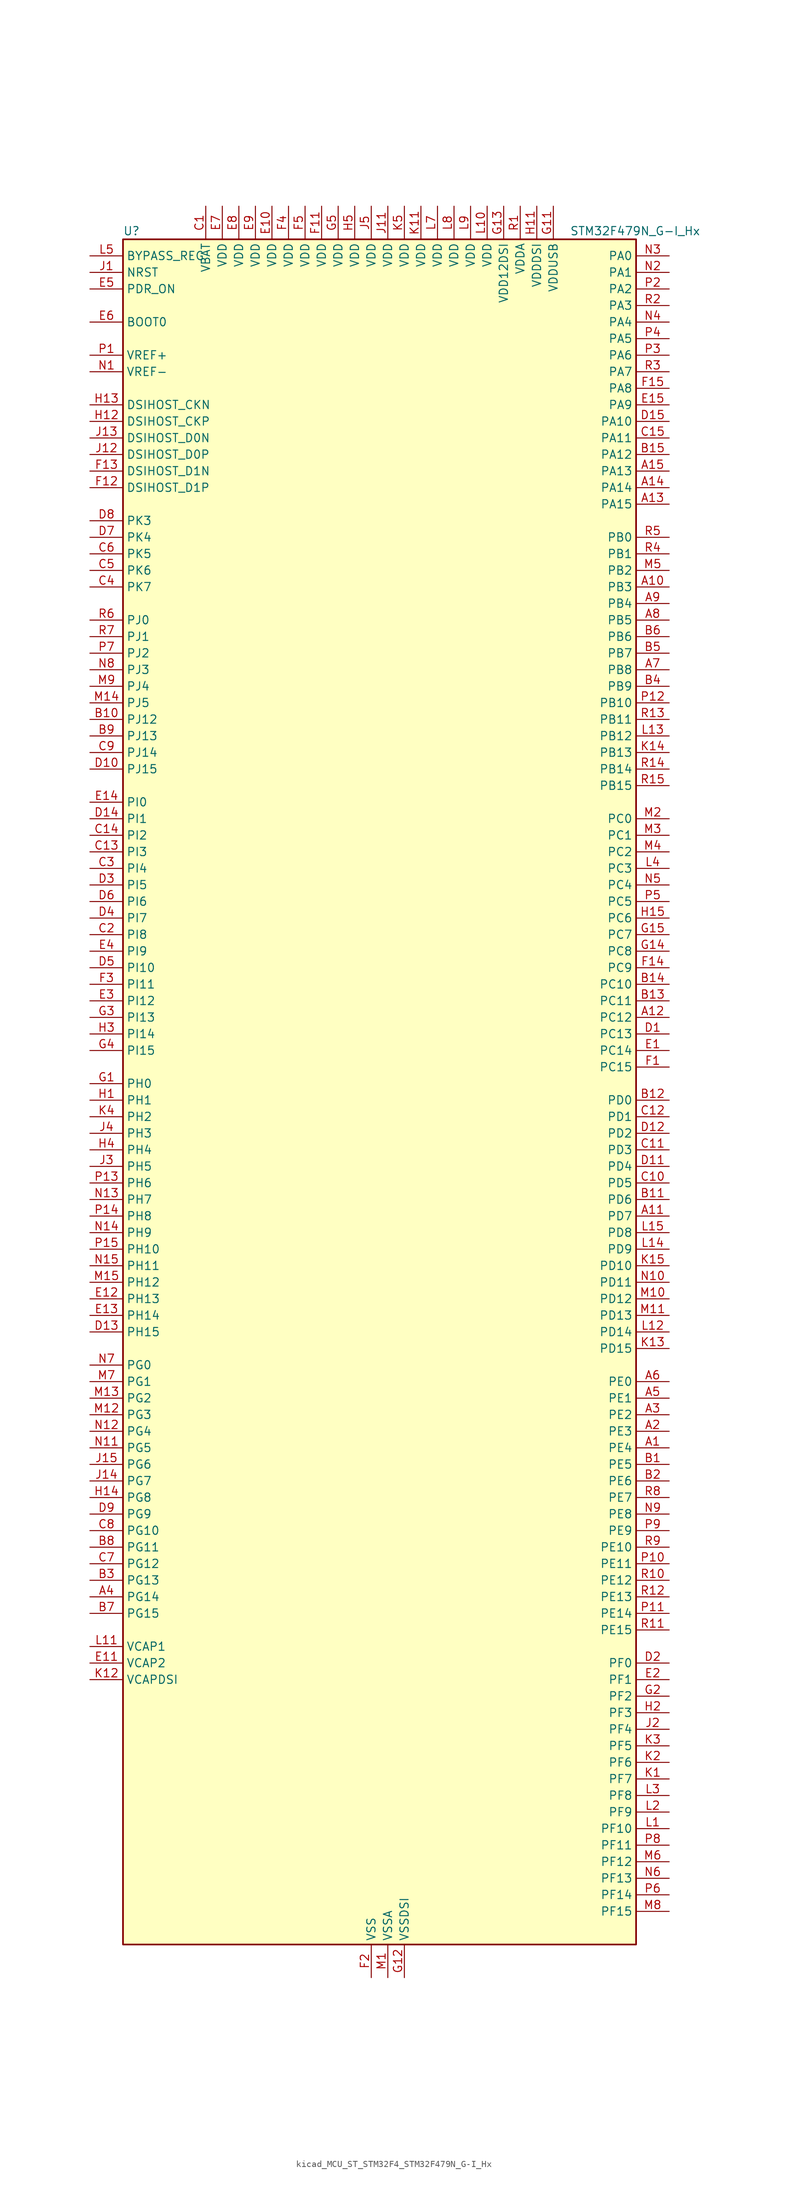
<source format=kicad_sym>
(kicad_symbol_lib
  (version 20220914)
  (generator kicad_symbol_editor)
  (symbol "kicad_MCU_ST_STM32F4_STM32F479N_G-I_Hx"
    (property "Reference" "U"
      (at -38.1 133.35 0)
      (effects (font (size 1.27 1.27)) (justify left)))
    (property "Value" "STM32F479N_G-I_Hx"
      (at 30.48 133.35 0)
      (effects (font (size 1.27 1.27)) (justify left)))
    (property "ki_locked" ""
      (at 0 0 0)
      (effects (font (size 1.27 1.27))))
    (symbol "kicad_MCU_ST_STM32F4_STM32F479N_G-I_Hx_0_1"
      (rectangle (start -38.1 -129.54) (end 40.64 132.08) (stroke (width 0.254) (type default)) (fill (type background))))
    (symbol "kicad_MCU_ST_STM32F4_STM32F479N_G-I_Hx_1_1"
      (pin bidirectional line (at 45.72 -53.34 180) (length 5.08) (name "PE4" (effects (font (size 1.27 1.27)))) (number "A1" (effects (font (size 1.27 1.27)))) (alternate "DCMI_D4" bidirectional line) (alternate "FMC_A20" bidirectional line) (alternate "LTDC_B0" bidirectional line) (alternate "SAI1_FS_A" bidirectional line) (alternate "SPI4_NSS" bidirectional line) (alternate "SYS_TRACED1" bidirectional line))
      (pin bidirectional line (at 45.72 78.74 180) (length 5.08) (name "PB3" (effects (font (size 1.27 1.27)))) (number "A10" (effects (font (size 1.27 1.27)))) (alternate "I2S3_CK" bidirectional line) (alternate "SPI1_SCK" bidirectional line) (alternate "SPI3_SCK" bidirectional line) (alternate "SYS_JTDO-SWO" bidirectional line) (alternate "TIM2_CH2" bidirectional line))
      (pin bidirectional line (at 45.72 -17.78 180) (length 5.08) (name "PD7" (effects (font (size 1.27 1.27)))) (number "A11" (effects (font (size 1.27 1.27)))) (alternate "FMC_NE1" bidirectional line) (alternate "USART2_CK" bidirectional line))
      (pin bidirectional line (at 45.72 12.7 180) (length 5.08) (name "PC12" (effects (font (size 1.27 1.27)))) (number "A12" (effects (font (size 1.27 1.27)))) (alternate "DCMI_D9" bidirectional line) (alternate "I2S3_SD" bidirectional line) (alternate "SDIO_CK" bidirectional line) (alternate "SPI3_MOSI" bidirectional line) (alternate "SYS_TRACED3" bidirectional line) (alternate "UART5_TX" bidirectional line) (alternate "USART3_CK" bidirectional line))
      (pin bidirectional line (at 45.72 91.44 180) (length 5.08) (name "PA15" (effects (font (size 1.27 1.27)))) (number "A13" (effects (font (size 1.27 1.27)))) (alternate "ADC1_EXTI15" bidirectional line) (alternate "ADC2_EXTI15" bidirectional line) (alternate "ADC3_EXTI15" bidirectional line) (alternate "I2S3_WS" bidirectional line) (alternate "SPI1_NSS" bidirectional line) (alternate "SPI3_NSS" bidirectional line) (alternate "SYS_JTDI" bidirectional line) (alternate "TIM2_CH1" bidirectional line) (alternate "TIM2_ETR" bidirectional line))
      (pin bidirectional line (at 45.72 93.98 180) (length 5.08) (name "PA14" (effects (font (size 1.27 1.27)))) (number "A14" (effects (font (size 1.27 1.27)))) (alternate "SYS_JTCK-SWCLK" bidirectional line))
      (pin bidirectional line (at 45.72 96.52 180) (length 5.08) (name "PA13" (effects (font (size 1.27 1.27)))) (number "A15" (effects (font (size 1.27 1.27)))) (alternate "SYS_JTMS-SWDIO" bidirectional line))
      (pin bidirectional line (at 45.72 -50.8 180) (length 5.08) (name "PE3" (effects (font (size 1.27 1.27)))) (number "A2" (effects (font (size 1.27 1.27)))) (alternate "FMC_A19" bidirectional line) (alternate "SAI1_SD_B" bidirectional line) (alternate "SYS_TRACED0" bidirectional line))
      (pin bidirectional line (at 45.72 -48.26 180) (length 5.08) (name "PE2" (effects (font (size 1.27 1.27)))) (number "A3" (effects (font (size 1.27 1.27)))) (alternate "ETH_TXD3" bidirectional line) (alternate "FMC_A23" bidirectional line) (alternate "QUADSPI_BK1_IO2" bidirectional line) (alternate "SAI1_MCLK_A" bidirectional line) (alternate "SPI4_SCK" bidirectional line) (alternate "SYS_TRACECLK" bidirectional line))
      (pin bidirectional line (at -43.18 -76.2 0) (length 5.08) (name "PG14" (effects (font (size 1.27 1.27)))) (number "A4" (effects (font (size 1.27 1.27)))) (alternate "ETH_TXD1" bidirectional line) (alternate "FMC_A25" bidirectional line) (alternate "LTDC_B0" bidirectional line) (alternate "QUADSPI_BK2_IO3" bidirectional line) (alternate "SPI6_MOSI" bidirectional line) (alternate "SYS_TRACED1" bidirectional line) (alternate "USART6_TX" bidirectional line))
      (pin bidirectional line (at 45.72 -45.72 180) (length 5.08) (name "PE1" (effects (font (size 1.27 1.27)))) (number "A5" (effects (font (size 1.27 1.27)))) (alternate "DCMI_D3" bidirectional line) (alternate "FMC_NBL1" bidirectional line) (alternate "UART8_TX" bidirectional line))
      (pin bidirectional line (at 45.72 -43.18 180) (length 5.08) (name "PE0" (effects (font (size 1.27 1.27)))) (number "A6" (effects (font (size 1.27 1.27)))) (alternate "DCMI_D2" bidirectional line) (alternate "FMC_NBL0" bidirectional line) (alternate "TIM4_ETR" bidirectional line) (alternate "UART8_RX" bidirectional line))
      (pin bidirectional line (at 45.72 66.04 180) (length 5.08) (name "PB8" (effects (font (size 1.27 1.27)))) (number "A7" (effects (font (size 1.27 1.27)))) (alternate "CAN1_RX" bidirectional line) (alternate "DCMI_D6" bidirectional line) (alternate "ETH_TXD3" bidirectional line) (alternate "I2C1_SCL" bidirectional line) (alternate "LTDC_B6" bidirectional line) (alternate "SDIO_D4" bidirectional line) (alternate "TIM10_CH1" bidirectional line) (alternate "TIM4_CH3" bidirectional line))
      (pin bidirectional line (at 45.72 73.66 180) (length 5.08) (name "PB5" (effects (font (size 1.27 1.27)))) (number "A8" (effects (font (size 1.27 1.27)))) (alternate "CAN2_RX" bidirectional line) (alternate "DCMI_D10" bidirectional line) (alternate "ETH_PPS_OUT" bidirectional line) (alternate "FMC_SDCKE1" bidirectional line) (alternate "I2C1_SMBA" bidirectional line) (alternate "I2S3_SD" bidirectional line) (alternate "LTDC_G7" bidirectional line) (alternate "SPI1_MOSI" bidirectional line) (alternate "SPI3_MOSI" bidirectional line) (alternate "TIM3_CH2" bidirectional line) (alternate "USB_OTG_HS_ULPI_D7" bidirectional line))
      (pin bidirectional line (at 45.72 76.2 180) (length 5.08) (name "PB4" (effects (font (size 1.27 1.27)))) (number "A9" (effects (font (size 1.27 1.27)))) (alternate "I2S3_ext_SD" bidirectional line) (alternate "SPI1_MISO" bidirectional line) (alternate "SPI3_MISO" bidirectional line) (alternate "SYS_JTRST" bidirectional line) (alternate "TIM3_CH1" bidirectional line))
      (pin bidirectional line (at 45.72 -55.88 180) (length 5.08) (name "PE5" (effects (font (size 1.27 1.27)))) (number "B1" (effects (font (size 1.27 1.27)))) (alternate "DCMI_D6" bidirectional line) (alternate "FMC_A21" bidirectional line) (alternate "LTDC_G0" bidirectional line) (alternate "SAI1_SCK_A" bidirectional line) (alternate "SPI4_MISO" bidirectional line) (alternate "SYS_TRACED2" bidirectional line) (alternate "TIM9_CH1" bidirectional line))
      (pin bidirectional line (at -43.18 58.42 0) (length 5.08) (name "PJ12" (effects (font (size 1.27 1.27)))) (number "B10" (effects (font (size 1.27 1.27)))) (alternate "LTDC_B0" bidirectional line) (alternate "LTDC_G3" bidirectional line))
      (pin bidirectional line (at 45.72 -15.24 180) (length 5.08) (name "PD6" (effects (font (size 1.27 1.27)))) (number "B11" (effects (font (size 1.27 1.27)))) (alternate "DCMI_D10" bidirectional line) (alternate "FMC_NWAIT" bidirectional line) (alternate "I2S3_SD" bidirectional line) (alternate "LTDC_B2" bidirectional line) (alternate "SAI1_SD_A" bidirectional line) (alternate "SPI3_MOSI" bidirectional line) (alternate "USART2_RX" bidirectional line))
      (pin bidirectional line (at 45.72 0 180) (length 5.08) (name "PD0" (effects (font (size 1.27 1.27)))) (number "B12" (effects (font (size 1.27 1.27)))) (alternate "CAN1_RX" bidirectional line) (alternate "FMC_D2" bidirectional line) (alternate "FMC_DA2" bidirectional line))
      (pin bidirectional line (at 45.72 15.24 180) (length 5.08) (name "PC11" (effects (font (size 1.27 1.27)))) (number "B13" (effects (font (size 1.27 1.27)))) (alternate "ADC1_EXTI11" bidirectional line) (alternate "ADC2_EXTI11" bidirectional line) (alternate "ADC3_EXTI11" bidirectional line) (alternate "DCMI_D4" bidirectional line) (alternate "I2S3_ext_SD" bidirectional line) (alternate "QUADSPI_BK2_NCS" bidirectional line) (alternate "SDIO_D3" bidirectional line) (alternate "SPI3_MISO" bidirectional line) (alternate "UART4_RX" bidirectional line) (alternate "USART3_RX" bidirectional line))
      (pin bidirectional line (at 45.72 17.78 180) (length 5.08) (name "PC10" (effects (font (size 1.27 1.27)))) (number "B14" (effects (font (size 1.27 1.27)))) (alternate "DCMI_D8" bidirectional line) (alternate "I2S3_CK" bidirectional line) (alternate "LTDC_R2" bidirectional line) (alternate "QUADSPI_BK1_IO1" bidirectional line) (alternate "SDIO_D2" bidirectional line) (alternate "SPI3_SCK" bidirectional line) (alternate "UART4_TX" bidirectional line) (alternate "USART3_TX" bidirectional line))
      (pin bidirectional line (at 45.72 99.06 180) (length 5.08) (name "PA12" (effects (font (size 1.27 1.27)))) (number "B15" (effects (font (size 1.27 1.27)))) (alternate "CAN1_TX" bidirectional line) (alternate "LTDC_R5" bidirectional line) (alternate "TIM1_ETR" bidirectional line) (alternate "USART1_RTS" bidirectional line) (alternate "USB_OTG_FS_DP" bidirectional line))
      (pin bidirectional line (at 45.72 -58.42 180) (length 5.08) (name "PE6" (effects (font (size 1.27 1.27)))) (number "B2" (effects (font (size 1.27 1.27)))) (alternate "DCMI_D7" bidirectional line) (alternate "FMC_A22" bidirectional line) (alternate "LTDC_G1" bidirectional line) (alternate "SAI1_SD_A" bidirectional line) (alternate "SPI4_MOSI" bidirectional line) (alternate "SYS_TRACED3" bidirectional line) (alternate "TIM9_CH2" bidirectional line))
      (pin bidirectional line (at -43.18 -73.66 0) (length 5.08) (name "PG13" (effects (font (size 1.27 1.27)))) (number "B3" (effects (font (size 1.27 1.27)))) (alternate "ETH_TXD0" bidirectional line) (alternate "FMC_A24" bidirectional line) (alternate "LTDC_R0" bidirectional line) (alternate "SPI6_SCK" bidirectional line) (alternate "SYS_TRACED0" bidirectional line) (alternate "USART6_CTS" bidirectional line))
      (pin bidirectional line (at 45.72 63.5 180) (length 5.08) (name "PB9" (effects (font (size 1.27 1.27)))) (number "B4" (effects (font (size 1.27 1.27)))) (alternate "CAN1_TX" bidirectional line) (alternate "DAC_EXTI9" bidirectional line) (alternate "DCMI_D7" bidirectional line) (alternate "I2C1_SDA" bidirectional line) (alternate "I2S2_WS" bidirectional line) (alternate "LTDC_B7" bidirectional line) (alternate "SDIO_D5" bidirectional line) (alternate "SPI2_NSS" bidirectional line) (alternate "TIM11_CH1" bidirectional line) (alternate "TIM4_CH4" bidirectional line))
      (pin bidirectional line (at 45.72 68.58 180) (length 5.08) (name "PB7" (effects (font (size 1.27 1.27)))) (number "B5" (effects (font (size 1.27 1.27)))) (alternate "DCMI_VSYNC" bidirectional line) (alternate "FMC_NL" bidirectional line) (alternate "I2C1_SDA" bidirectional line) (alternate "TIM4_CH2" bidirectional line) (alternate "USART1_RX" bidirectional line))
      (pin bidirectional line (at 45.72 71.12 180) (length 5.08) (name "PB6" (effects (font (size 1.27 1.27)))) (number "B6" (effects (font (size 1.27 1.27)))) (alternate "CAN2_TX" bidirectional line) (alternate "DCMI_D5" bidirectional line) (alternate "FMC_SDNE1" bidirectional line) (alternate "I2C1_SCL" bidirectional line) (alternate "QUADSPI_BK1_NCS" bidirectional line) (alternate "TIM4_CH1" bidirectional line) (alternate "USART1_TX" bidirectional line))
      (pin bidirectional line (at -43.18 -78.74 0) (length 5.08) (name "PG15" (effects (font (size 1.27 1.27)))) (number "B7" (effects (font (size 1.27 1.27)))) (alternate "ADC1_EXTI15" bidirectional line) (alternate "ADC2_EXTI15" bidirectional line) (alternate "ADC3_EXTI15" bidirectional line) (alternate "DCMI_D13" bidirectional line) (alternate "FMC_SDNCAS" bidirectional line) (alternate "USART6_CTS" bidirectional line))
      (pin bidirectional line (at -43.18 -68.58 0) (length 5.08) (name "PG11" (effects (font (size 1.27 1.27)))) (number "B8" (effects (font (size 1.27 1.27)))) (alternate "ADC1_EXTI11" bidirectional line) (alternate "ADC2_EXTI11" bidirectional line) (alternate "ADC3_EXTI11" bidirectional line) (alternate "DCMI_D3" bidirectional line) (alternate "ETH_TX_EN" bidirectional line) (alternate "LTDC_B3" bidirectional line))
      (pin bidirectional line (at -43.18 55.88 0) (length 5.08) (name "PJ13" (effects (font (size 1.27 1.27)))) (number "B9" (effects (font (size 1.27 1.27)))) (alternate "LTDC_B1" bidirectional line) (alternate "LTDC_G4" bidirectional line))
      (pin power_in line (at -25.4 137.16 270) (length 5.08) (name "VBAT" (effects (font (size 1.27 1.27)))) (number "C1" (effects (font (size 1.27 1.27)))))
      (pin bidirectional line (at 45.72 -12.7 180) (length 5.08) (name "PD5" (effects (font (size 1.27 1.27)))) (number "C10" (effects (font (size 1.27 1.27)))) (alternate "FMC_NWE" bidirectional line) (alternate "USART2_TX" bidirectional line))
      (pin bidirectional line (at 45.72 -7.62 180) (length 5.08) (name "PD3" (effects (font (size 1.27 1.27)))) (number "C11" (effects (font (size 1.27 1.27)))) (alternate "DCMI_D5" bidirectional line) (alternate "FMC_CLK" bidirectional line) (alternate "I2S2_CK" bidirectional line) (alternate "LTDC_G7" bidirectional line) (alternate "SPI2_SCK" bidirectional line) (alternate "USART2_CTS" bidirectional line))
      (pin bidirectional line (at 45.72 -2.54 180) (length 5.08) (name "PD1" (effects (font (size 1.27 1.27)))) (number "C12" (effects (font (size 1.27 1.27)))) (alternate "CAN1_TX" bidirectional line) (alternate "FMC_D3" bidirectional line) (alternate "FMC_DA3" bidirectional line))
      (pin bidirectional line (at -43.18 38.1 0) (length 5.08) (name "PI3" (effects (font (size 1.27 1.27)))) (number "C13" (effects (font (size 1.27 1.27)))) (alternate "DCMI_D10" bidirectional line) (alternate "FMC_D27" bidirectional line) (alternate "I2S2_SD" bidirectional line) (alternate "SPI2_MOSI" bidirectional line) (alternate "TIM8_ETR" bidirectional line))
      (pin bidirectional line (at -43.18 40.64 0) (length 5.08) (name "PI2" (effects (font (size 1.27 1.27)))) (number "C14" (effects (font (size 1.27 1.27)))) (alternate "DCMI_D9" bidirectional line) (alternate "FMC_D26" bidirectional line) (alternate "I2S2_ext_SD" bidirectional line) (alternate "LTDC_G7" bidirectional line) (alternate "SPI2_MISO" bidirectional line) (alternate "TIM8_CH4" bidirectional line))
      (pin bidirectional line (at 45.72 101.6 180) (length 5.08) (name "PA11" (effects (font (size 1.27 1.27)))) (number "C15" (effects (font (size 1.27 1.27)))) (alternate "ADC1_EXTI11" bidirectional line) (alternate "ADC2_EXTI11" bidirectional line) (alternate "ADC3_EXTI11" bidirectional line) (alternate "CAN1_RX" bidirectional line) (alternate "LTDC_R4" bidirectional line) (alternate "TIM1_CH4" bidirectional line) (alternate "USART1_CTS" bidirectional line) (alternate "USB_OTG_FS_DM" bidirectional line))
      (pin bidirectional line (at -43.18 25.4 0) (length 5.08) (name "PI8" (effects (font (size 1.27 1.27)))) (number "C2" (effects (font (size 1.27 1.27)))) (alternate "RTC_AF1" bidirectional line) (alternate "RTC_AF2" bidirectional line))
      (pin bidirectional line (at -43.18 35.56 0) (length 5.08) (name "PI4" (effects (font (size 1.27 1.27)))) (number "C3" (effects (font (size 1.27 1.27)))) (alternate "DCMI_D5" bidirectional line) (alternate "FMC_NBL2" bidirectional line) (alternate "LTDC_B4" bidirectional line) (alternate "TIM8_BKIN" bidirectional line))
      (pin bidirectional line (at -43.18 78.74 0) (length 5.08) (name "PK7" (effects (font (size 1.27 1.27)))) (number "C4" (effects (font (size 1.27 1.27)))) (alternate "LTDC_DE" bidirectional line))
      (pin bidirectional line (at -43.18 81.28 0) (length 5.08) (name "PK6" (effects (font (size 1.27 1.27)))) (number "C5" (effects (font (size 1.27 1.27)))) (alternate "LTDC_B7" bidirectional line))
      (pin bidirectional line (at -43.18 83.82 0) (length 5.08) (name "PK5" (effects (font (size 1.27 1.27)))) (number "C6" (effects (font (size 1.27 1.27)))) (alternate "LTDC_B6" bidirectional line))
      (pin bidirectional line (at -43.18 -71.12 0) (length 5.08) (name "PG12" (effects (font (size 1.27 1.27)))) (number "C7" (effects (font (size 1.27 1.27)))) (alternate "FMC_NE4" bidirectional line) (alternate "LTDC_B1" bidirectional line) (alternate "LTDC_B4" bidirectional line) (alternate "SPI6_MISO" bidirectional line) (alternate "USART6_RTS" bidirectional line))
      (pin bidirectional line (at -43.18 -66.04 0) (length 5.08) (name "PG10" (effects (font (size 1.27 1.27)))) (number "C8" (effects (font (size 1.27 1.27)))) (alternate "DCMI_D2" bidirectional line) (alternate "FMC_NE3" bidirectional line) (alternate "LTDC_B2" bidirectional line) (alternate "LTDC_G3" bidirectional line))
      (pin bidirectional line (at -43.18 53.34 0) (length 5.08) (name "PJ14" (effects (font (size 1.27 1.27)))) (number "C9" (effects (font (size 1.27 1.27)))) (alternate "LTDC_B2" bidirectional line))
      (pin bidirectional line (at 45.72 10.16 180) (length 5.08) (name "PC13" (effects (font (size 1.27 1.27)))) (number "D1" (effects (font (size 1.27 1.27)))) (alternate "RTC_AF1" bidirectional line))
      (pin bidirectional line (at -43.18 50.8 0) (length 5.08) (name "PJ15" (effects (font (size 1.27 1.27)))) (number "D10" (effects (font (size 1.27 1.27)))) (alternate "ADC1_EXTI15" bidirectional line) (alternate "ADC2_EXTI15" bidirectional line) (alternate "ADC3_EXTI15" bidirectional line) (alternate "LTDC_B3" bidirectional line))
      (pin bidirectional line (at 45.72 -10.16 180) (length 5.08) (name "PD4" (effects (font (size 1.27 1.27)))) (number "D11" (effects (font (size 1.27 1.27)))) (alternate "FMC_NOE" bidirectional line) (alternate "USART2_RTS" bidirectional line))
      (pin bidirectional line (at 45.72 -5.08 180) (length 5.08) (name "PD2" (effects (font (size 1.27 1.27)))) (number "D12" (effects (font (size 1.27 1.27)))) (alternate "DCMI_D11" bidirectional line) (alternate "SDIO_CMD" bidirectional line) (alternate "SYS_TRACED2" bidirectional line) (alternate "TIM3_ETR" bidirectional line) (alternate "UART5_RX" bidirectional line))
      (pin bidirectional line (at -43.18 -35.56 0) (length 5.08) (name "PH15" (effects (font (size 1.27 1.27)))) (number "D13" (effects (font (size 1.27 1.27)))) (alternate "ADC1_EXTI15" bidirectional line) (alternate "ADC2_EXTI15" bidirectional line) (alternate "ADC3_EXTI15" bidirectional line) (alternate "DCMI_D11" bidirectional line) (alternate "FMC_D23" bidirectional line) (alternate "LTDC_G4" bidirectional line) (alternate "TIM8_CH3N" bidirectional line))
      (pin bidirectional line (at -43.18 43.18 0) (length 5.08) (name "PI1" (effects (font (size 1.27 1.27)))) (number "D14" (effects (font (size 1.27 1.27)))) (alternate "DCMI_D8" bidirectional line) (alternate "FMC_D25" bidirectional line) (alternate "I2S2_CK" bidirectional line) (alternate "LTDC_G6" bidirectional line) (alternate "SPI2_SCK" bidirectional line))
      (pin bidirectional line (at 45.72 104.14 180) (length 5.08) (name "PA10" (effects (font (size 1.27 1.27)))) (number "D15" (effects (font (size 1.27 1.27)))) (alternate "DCMI_D1" bidirectional line) (alternate "TIM1_CH3" bidirectional line) (alternate "USART1_RX" bidirectional line) (alternate "USB_OTG_FS_ID" bidirectional line))
      (pin bidirectional line (at 45.72 -86.36 180) (length 5.08) (name "PF0" (effects (font (size 1.27 1.27)))) (number "D2" (effects (font (size 1.27 1.27)))) (alternate "FMC_A0" bidirectional line) (alternate "I2C2_SDA" bidirectional line))
      (pin bidirectional line (at -43.18 33.02 0) (length 5.08) (name "PI5" (effects (font (size 1.27 1.27)))) (number "D3" (effects (font (size 1.27 1.27)))) (alternate "DCMI_VSYNC" bidirectional line) (alternate "FMC_NBL3" bidirectional line) (alternate "LTDC_B5" bidirectional line) (alternate "TIM8_CH1" bidirectional line))
      (pin bidirectional line (at -43.18 27.94 0) (length 5.08) (name "PI7" (effects (font (size 1.27 1.27)))) (number "D4" (effects (font (size 1.27 1.27)))) (alternate "DCMI_D7" bidirectional line) (alternate "FMC_D29" bidirectional line) (alternate "LTDC_B7" bidirectional line) (alternate "TIM8_CH3" bidirectional line))
      (pin bidirectional line (at -43.18 20.32 0) (length 5.08) (name "PI10" (effects (font (size 1.27 1.27)))) (number "D5" (effects (font (size 1.27 1.27)))) (alternate "ETH_RX_ER" bidirectional line) (alternate "FMC_D31" bidirectional line) (alternate "LTDC_HSYNC" bidirectional line))
      (pin bidirectional line (at -43.18 30.48 0) (length 5.08) (name "PI6" (effects (font (size 1.27 1.27)))) (number "D6" (effects (font (size 1.27 1.27)))) (alternate "DCMI_D6" bidirectional line) (alternate "FMC_D28" bidirectional line) (alternate "LTDC_B6" bidirectional line) (alternate "TIM8_CH2" bidirectional line))
      (pin bidirectional line (at -43.18 86.36 0) (length 5.08) (name "PK4" (effects (font (size 1.27 1.27)))) (number "D7" (effects (font (size 1.27 1.27)))) (alternate "LTDC_B5" bidirectional line))
      (pin bidirectional line (at -43.18 88.9 0) (length 5.08) (name "PK3" (effects (font (size 1.27 1.27)))) (number "D8" (effects (font (size 1.27 1.27)))) (alternate "LTDC_B4" bidirectional line))
      (pin bidirectional line (at -43.18 -63.5 0) (length 5.08) (name "PG9" (effects (font (size 1.27 1.27)))) (number "D9" (effects (font (size 1.27 1.27)))) (alternate "DAC_EXTI9" bidirectional line) (alternate "DCMI_VSYNC" bidirectional line) (alternate "FMC_NCE" bidirectional line) (alternate "FMC_NE2" bidirectional line) (alternate "QUADSPI_BK2_IO2" bidirectional line) (alternate "USART6_RX" bidirectional line))
      (pin bidirectional line (at 45.72 7.62 180) (length 5.08) (name "PC14" (effects (font (size 1.27 1.27)))) (number "E1" (effects (font (size 1.27 1.27)))) (alternate "RCC_OSC32_IN" bidirectional line))
      (pin power_in line (at -15.24 137.16 270) (length 5.08) (name "VDD" (effects (font (size 1.27 1.27)))) (number "E10" (effects (font (size 1.27 1.27)))))
      (pin power_out line (at -43.18 -86.36 0) (length 5.08) (name "VCAP2" (effects (font (size 1.27 1.27)))) (number "E11" (effects (font (size 1.27 1.27)))))
      (pin bidirectional line (at -43.18 -30.48 0) (length 5.08) (name "PH13" (effects (font (size 1.27 1.27)))) (number "E12" (effects (font (size 1.27 1.27)))) (alternate "CAN1_TX" bidirectional line) (alternate "FMC_D21" bidirectional line) (alternate "LTDC_G2" bidirectional line) (alternate "TIM8_CH1N" bidirectional line))
      (pin bidirectional line (at -43.18 -33.02 0) (length 5.08) (name "PH14" (effects (font (size 1.27 1.27)))) (number "E13" (effects (font (size 1.27 1.27)))) (alternate "DCMI_D4" bidirectional line) (alternate "FMC_D22" bidirectional line) (alternate "LTDC_G3" bidirectional line) (alternate "TIM8_CH2N" bidirectional line))
      (pin bidirectional line (at -43.18 45.72 0) (length 5.08) (name "PI0" (effects (font (size 1.27 1.27)))) (number "E14" (effects (font (size 1.27 1.27)))) (alternate "DCMI_D13" bidirectional line) (alternate "FMC_D24" bidirectional line) (alternate "I2S2_WS" bidirectional line) (alternate "LTDC_G5" bidirectional line) (alternate "SPI2_NSS" bidirectional line) (alternate "TIM5_CH4" bidirectional line))
      (pin bidirectional line (at 45.72 106.68 180) (length 5.08) (name "PA9" (effects (font (size 1.27 1.27)))) (number "E15" (effects (font (size 1.27 1.27)))) (alternate "DAC_EXTI9" bidirectional line) (alternate "DCMI_D0" bidirectional line) (alternate "I2C3_SMBA" bidirectional line) (alternate "I2S2_CK" bidirectional line) (alternate "SPI2_SCK" bidirectional line) (alternate "TIM1_CH2" bidirectional line) (alternate "USART1_TX" bidirectional line) (alternate "USB_OTG_FS_VBUS" bidirectional line))
      (pin bidirectional line (at 45.72 -88.9 180) (length 5.08) (name "PF1" (effects (font (size 1.27 1.27)))) (number "E2" (effects (font (size 1.27 1.27)))) (alternate "FMC_A1" bidirectional line) (alternate "I2C2_SCL" bidirectional line))
      (pin bidirectional line (at -43.18 15.24 0) (length 5.08) (name "PI12" (effects (font (size 1.27 1.27)))) (number "E3" (effects (font (size 1.27 1.27)))) (alternate "LTDC_HSYNC" bidirectional line))
      (pin bidirectional line (at -43.18 22.86 0) (length 5.08) (name "PI9" (effects (font (size 1.27 1.27)))) (number "E4" (effects (font (size 1.27 1.27)))) (alternate "CAN1_RX" bidirectional line) (alternate "DAC_EXTI9" bidirectional line) (alternate "FMC_D30" bidirectional line) (alternate "LTDC_VSYNC" bidirectional line))
      (pin input line (at -43.18 124.46 0) (length 5.08) (name "PDR_ON" (effects (font (size 1.27 1.27)))) (number "E5" (effects (font (size 1.27 1.27)))))
      (pin input line (at -43.18 119.38 0) (length 5.08) (name "BOOT0" (effects (font (size 1.27 1.27)))) (number "E6" (effects (font (size 1.27 1.27)))))
      (pin power_in line (at -22.86 137.16 270) (length 5.08) (name "VDD" (effects (font (size 1.27 1.27)))) (number "E7" (effects (font (size 1.27 1.27)))))
      (pin power_in line (at -20.32 137.16 270) (length 5.08) (name "VDD" (effects (font (size 1.27 1.27)))) (number "E8" (effects (font (size 1.27 1.27)))))
      (pin power_in line (at -17.78 137.16 270) (length 5.08) (name "VDD" (effects (font (size 1.27 1.27)))) (number "E9" (effects (font (size 1.27 1.27)))))
      (pin bidirectional line (at 45.72 5.08 180) (length 5.08) (name "PC15" (effects (font (size 1.27 1.27)))) (number "F1" (effects (font (size 1.27 1.27)))) (alternate "ADC1_EXTI15" bidirectional line) (alternate "ADC2_EXTI15" bidirectional line) (alternate "ADC3_EXTI15" bidirectional line) (alternate "RCC_OSC32_OUT" bidirectional line))
      (pin passive line (at 0 -134.62 90) (length 5.08) hide (name "VSS" (effects (font (size 1.27 1.27)))) (number "F10" (effects (font (size 1.27 1.27)))))
      (pin power_in line (at -7.62 137.16 270) (length 5.08) (name "VDD" (effects (font (size 1.27 1.27)))) (number "F11" (effects (font (size 1.27 1.27)))))
      (pin bidirectional line (at -43.18 93.98 0) (length 5.08) (name "DSIHOST_D1P" (effects (font (size 1.27 1.27)))) (number "F12" (effects (font (size 1.27 1.27)))) (alternate "DSIHOST_D1P" bidirectional line))
      (pin bidirectional line (at -43.18 96.52 0) (length 5.08) (name "DSIHOST_D1N" (effects (font (size 1.27 1.27)))) (number "F13" (effects (font (size 1.27 1.27)))) (alternate "DSIHOST_D1N" bidirectional line))
      (pin bidirectional line (at 45.72 20.32 180) (length 5.08) (name "PC9" (effects (font (size 1.27 1.27)))) (number "F14" (effects (font (size 1.27 1.27)))) (alternate "DAC_EXTI9" bidirectional line) (alternate "DCMI_D3" bidirectional line) (alternate "I2C3_SDA" bidirectional line) (alternate "I2S_CKIN" bidirectional line) (alternate "QUADSPI_BK1_IO0" bidirectional line) (alternate "RCC_MCO_2" bidirectional line) (alternate "SDIO_D1" bidirectional line) (alternate "TIM3_CH4" bidirectional line) (alternate "TIM8_CH4" bidirectional line))
      (pin bidirectional line (at 45.72 109.22 180) (length 5.08) (name "PA8" (effects (font (size 1.27 1.27)))) (number "F15" (effects (font (size 1.27 1.27)))) (alternate "I2C3_SCL" bidirectional line) (alternate "LTDC_R6" bidirectional line) (alternate "RCC_MCO_1" bidirectional line) (alternate "TIM1_CH1" bidirectional line) (alternate "USART1_CK" bidirectional line) (alternate "USB_OTG_FS_SOF" bidirectional line))
      (pin power_in line (at 0 -134.62 90) (length 5.08) (name "VSS" (effects (font (size 1.27 1.27)))) (number "F2" (effects (font (size 1.27 1.27)))))
      (pin bidirectional line (at -43.18 17.78 0) (length 5.08) (name "PI11" (effects (font (size 1.27 1.27)))) (number "F3" (effects (font (size 1.27 1.27)))) (alternate "ADC1_EXTI11" bidirectional line) (alternate "ADC2_EXTI11" bidirectional line) (alternate "ADC3_EXTI11" bidirectional line) (alternate "LTDC_G6" bidirectional line) (alternate "USB_OTG_HS_ULPI_DIR" bidirectional line))
      (pin power_in line (at -12.7 137.16 270) (length 5.08) (name "VDD" (effects (font (size 1.27 1.27)))) (number "F4" (effects (font (size 1.27 1.27)))))
      (pin power_in line (at -10.16 137.16 270) (length 5.08) (name "VDD" (effects (font (size 1.27 1.27)))) (number "F5" (effects (font (size 1.27 1.27)))))
      (pin passive line (at 0 -134.62 90) (length 5.08) hide (name "VSS" (effects (font (size 1.27 1.27)))) (number "F6" (effects (font (size 1.27 1.27)))))
      (pin passive line (at 0 -134.62 90) (length 5.08) hide (name "VSS" (effects (font (size 1.27 1.27)))) (number "F7" (effects (font (size 1.27 1.27)))))
      (pin passive line (at 0 -134.62 90) (length 5.08) hide (name "VSS" (effects (font (size 1.27 1.27)))) (number "F8" (effects (font (size 1.27 1.27)))))
      (pin passive line (at 0 -134.62 90) (length 5.08) hide (name "VSS" (effects (font (size 1.27 1.27)))) (number "F9" (effects (font (size 1.27 1.27)))))
      (pin bidirectional line (at -43.18 2.54 0) (length 5.08) (name "PH0" (effects (font (size 1.27 1.27)))) (number "G1" (effects (font (size 1.27 1.27)))) (alternate "RCC_OSC_IN" bidirectional line))
      (pin passive line (at 0 -134.62 90) (length 5.08) hide (name "VSS" (effects (font (size 1.27 1.27)))) (number "G10" (effects (font (size 1.27 1.27)))))
      (pin power_in line (at 27.94 137.16 270) (length 5.08) (name "VDDUSB" (effects (font (size 1.27 1.27)))) (number "G11" (effects (font (size 1.27 1.27)))))
      (pin power_in line (at 5.08 -134.62 90) (length 5.08) (name "VSSDSI" (effects (font (size 1.27 1.27)))) (number "G12" (effects (font (size 1.27 1.27)))))
      (pin power_in line (at 20.32 137.16 270) (length 5.08) (name "VDD12DSI" (effects (font (size 1.27 1.27)))) (number "G13" (effects (font (size 1.27 1.27)))))
      (pin bidirectional line (at 45.72 22.86 180) (length 5.08) (name "PC8" (effects (font (size 1.27 1.27)))) (number "G14" (effects (font (size 1.27 1.27)))) (alternate "DCMI_D2" bidirectional line) (alternate "SDIO_D0" bidirectional line) (alternate "SYS_TRACED1" bidirectional line) (alternate "TIM3_CH3" bidirectional line) (alternate "TIM8_CH3" bidirectional line) (alternate "USART6_CK" bidirectional line))
      (pin bidirectional line (at 45.72 25.4 180) (length 5.08) (name "PC7" (effects (font (size 1.27 1.27)))) (number "G15" (effects (font (size 1.27 1.27)))) (alternate "DCMI_D1" bidirectional line) (alternate "I2S3_MCK" bidirectional line) (alternate "LTDC_G6" bidirectional line) (alternate "SDIO_D7" bidirectional line) (alternate "TIM3_CH2" bidirectional line) (alternate "TIM8_CH2" bidirectional line) (alternate "USART6_RX" bidirectional line))
      (pin bidirectional line (at 45.72 -91.44 180) (length 5.08) (name "PF2" (effects (font (size 1.27 1.27)))) (number "G2" (effects (font (size 1.27 1.27)))) (alternate "FMC_A2" bidirectional line) (alternate "I2C2_SMBA" bidirectional line))
      (pin bidirectional line (at -43.18 12.7 0) (length 5.08) (name "PI13" (effects (font (size 1.27 1.27)))) (number "G3" (effects (font (size 1.27 1.27)))) (alternate "LTDC_VSYNC" bidirectional line))
      (pin bidirectional line (at -43.18 7.62 0) (length 5.08) (name "PI15" (effects (font (size 1.27 1.27)))) (number "G4" (effects (font (size 1.27 1.27)))) (alternate "ADC1_EXTI15" bidirectional line) (alternate "ADC2_EXTI15" bidirectional line) (alternate "ADC3_EXTI15" bidirectional line) (alternate "LTDC_G2" bidirectional line) (alternate "LTDC_R0" bidirectional line))
      (pin power_in line (at -5.08 137.16 270) (length 5.08) (name "VDD" (effects (font (size 1.27 1.27)))) (number "G5" (effects (font (size 1.27 1.27)))))
      (pin passive line (at 0 -134.62 90) (length 5.08) hide (name "VSS" (effects (font (size 1.27 1.27)))) (number "G6" (effects (font (size 1.27 1.27)))))
      (pin bidirectional line (at -43.18 0 0) (length 5.08) (name "PH1" (effects (font (size 1.27 1.27)))) (number "H1" (effects (font (size 1.27 1.27)))) (alternate "RCC_OSC_OUT" bidirectional line))
      (pin passive line (at 0 -134.62 90) (length 5.08) hide (name "VSS" (effects (font (size 1.27 1.27)))) (number "H10" (effects (font (size 1.27 1.27)))))
      (pin power_in line (at 25.4 137.16 270) (length 5.08) (name "VDDDSI" (effects (font (size 1.27 1.27)))) (number "H11" (effects (font (size 1.27 1.27)))))
      (pin bidirectional line (at -43.18 104.14 0) (length 5.08) (name "DSIHOST_CKP" (effects (font (size 1.27 1.27)))) (number "H12" (effects (font (size 1.27 1.27)))) (alternate "DSIHOST_CKP" bidirectional line))
      (pin bidirectional line (at -43.18 106.68 0) (length 5.08) (name "DSIHOST_CKN" (effects (font (size 1.27 1.27)))) (number "H13" (effects (font (size 1.27 1.27)))) (alternate "DSIHOST_CKN" bidirectional line))
      (pin bidirectional line (at -43.18 -60.96 0) (length 5.08) (name "PG8" (effects (font (size 1.27 1.27)))) (number "H14" (effects (font (size 1.27 1.27)))) (alternate "ETH_PPS_OUT" bidirectional line) (alternate "FMC_SDCLK" bidirectional line) (alternate "LTDC_G7" bidirectional line) (alternate "SPI6_NSS" bidirectional line) (alternate "USART6_RTS" bidirectional line))
      (pin bidirectional line (at 45.72 27.94 180) (length 5.08) (name "PC6" (effects (font (size 1.27 1.27)))) (number "H15" (effects (font (size 1.27 1.27)))) (alternate "DCMI_D0" bidirectional line) (alternate "I2S2_MCK" bidirectional line) (alternate "LTDC_HSYNC" bidirectional line) (alternate "SDIO_D6" bidirectional line) (alternate "TIM3_CH1" bidirectional line) (alternate "TIM8_CH1" bidirectional line) (alternate "USART6_TX" bidirectional line))
      (pin bidirectional line (at 45.72 -93.98 180) (length 5.08) (name "PF3" (effects (font (size 1.27 1.27)))) (number "H2" (effects (font (size 1.27 1.27)))) (alternate "ADC3_IN9" bidirectional line) (alternate "FMC_A3" bidirectional line))
      (pin bidirectional line (at -43.18 10.16 0) (length 5.08) (name "PI14" (effects (font (size 1.27 1.27)))) (number "H3" (effects (font (size 1.27 1.27)))) (alternate "LTDC_CLK" bidirectional line))
      (pin bidirectional line (at -43.18 -7.62 0) (length 5.08) (name "PH4" (effects (font (size 1.27 1.27)))) (number "H4" (effects (font (size 1.27 1.27)))) (alternate "I2C2_SCL" bidirectional line) (alternate "LTDC_G4" bidirectional line) (alternate "LTDC_G5" bidirectional line) (alternate "USB_OTG_HS_ULPI_NXT" bidirectional line))
      (pin power_in line (at -2.54 137.16 270) (length 5.08) (name "VDD" (effects (font (size 1.27 1.27)))) (number "H5" (effects (font (size 1.27 1.27)))))
      (pin passive line (at 0 -134.62 90) (length 5.08) hide (name "VSS" (effects (font (size 1.27 1.27)))) (number "H6" (effects (font (size 1.27 1.27)))))
      (pin input line (at -43.18 127 0) (length 5.08) (name "NRST" (effects (font (size 1.27 1.27)))) (number "J1" (effects (font (size 1.27 1.27)))))
      (pin passive line (at 0 -134.62 90) (length 5.08) hide (name "VSS" (effects (font (size 1.27 1.27)))) (number "J10" (effects (font (size 1.27 1.27)))))
      (pin power_in line (at 2.54 137.16 270) (length 5.08) (name "VDD" (effects (font (size 1.27 1.27)))) (number "J11" (effects (font (size 1.27 1.27)))))
      (pin bidirectional line (at -43.18 99.06 0) (length 5.08) (name "DSIHOST_D0P" (effects (font (size 1.27 1.27)))) (number "J12" (effects (font (size 1.27 1.27)))) (alternate "DSIHOST_D0P" bidirectional line))
      (pin bidirectional line (at -43.18 101.6 0) (length 5.08) (name "DSIHOST_D0N" (effects (font (size 1.27 1.27)))) (number "J13" (effects (font (size 1.27 1.27)))) (alternate "DSIHOST_D0N" bidirectional line))
      (pin bidirectional line (at -43.18 -58.42 0) (length 5.08) (name "PG7" (effects (font (size 1.27 1.27)))) (number "J14" (effects (font (size 1.27 1.27)))) (alternate "DCMI_D13" bidirectional line) (alternate "FMC_INT" bidirectional line) (alternate "LTDC_CLK" bidirectional line) (alternate "SAI1_MCLK_A" bidirectional line) (alternate "USART6_CK" bidirectional line))
      (pin bidirectional line (at -43.18 -55.88 0) (length 5.08) (name "PG6" (effects (font (size 1.27 1.27)))) (number "J15" (effects (font (size 1.27 1.27)))) (alternate "DCMI_D12" bidirectional line) (alternate "LTDC_R7" bidirectional line))
      (pin bidirectional line (at 45.72 -96.52 180) (length 5.08) (name "PF4" (effects (font (size 1.27 1.27)))) (number "J2" (effects (font (size 1.27 1.27)))) (alternate "ADC3_IN14" bidirectional line) (alternate "FMC_A4" bidirectional line))
      (pin bidirectional line (at -43.18 -10.16 0) (length 5.08) (name "PH5" (effects (font (size 1.27 1.27)))) (number "J3" (effects (font (size 1.27 1.27)))) (alternate "FMC_SDNWE" bidirectional line) (alternate "I2C2_SDA" bidirectional line) (alternate "SPI5_NSS" bidirectional line))
      (pin bidirectional line (at -43.18 -5.08 0) (length 5.08) (name "PH3" (effects (font (size 1.27 1.27)))) (number "J4" (effects (font (size 1.27 1.27)))) (alternate "ETH_COL" bidirectional line) (alternate "FMC_SDNE0" bidirectional line) (alternate "LTDC_R1" bidirectional line) (alternate "QUADSPI_BK2_IO1" bidirectional line))
      (pin power_in line (at 0 137.16 270) (length 5.08) (name "VDD" (effects (font (size 1.27 1.27)))) (number "J5" (effects (font (size 1.27 1.27)))))
      (pin passive line (at 0 -134.62 90) (length 5.08) hide (name "VSS" (effects (font (size 1.27 1.27)))) (number "J6" (effects (font (size 1.27 1.27)))))
      (pin bidirectional line (at 45.72 -104.14 180) (length 5.08) (name "PF7" (effects (font (size 1.27 1.27)))) (number "K1" (effects (font (size 1.27 1.27)))) (alternate "ADC3_IN5" bidirectional line) (alternate "QUADSPI_BK1_IO2" bidirectional line) (alternate "SAI1_MCLK_B" bidirectional line) (alternate "SPI5_SCK" bidirectional line) (alternate "TIM11_CH1" bidirectional line) (alternate "UART7_TX" bidirectional line))
      (pin passive line (at 0 -134.62 90) (length 5.08) hide (name "VSS" (effects (font (size 1.27 1.27)))) (number "K10" (effects (font (size 1.27 1.27)))))
      (pin power_in line (at 7.62 137.16 270) (length 5.08) (name "VDD" (effects (font (size 1.27 1.27)))) (number "K11" (effects (font (size 1.27 1.27)))))
      (pin power_out line (at -43.18 -88.9 0) (length 5.08) (name "VCAPDSI" (effects (font (size 1.27 1.27)))) (number "K12" (effects (font (size 1.27 1.27)))))
      (pin bidirectional line (at 45.72 -38.1 180) (length 5.08) (name "PD15" (effects (font (size 1.27 1.27)))) (number "K13" (effects (font (size 1.27 1.27)))) (alternate "ADC1_EXTI15" bidirectional line) (alternate "ADC2_EXTI15" bidirectional line) (alternate "ADC3_EXTI15" bidirectional line) (alternate "FMC_D1" bidirectional line) (alternate "FMC_DA1" bidirectional line) (alternate "TIM4_CH4" bidirectional line))
      (pin bidirectional line (at 45.72 53.34 180) (length 5.08) (name "PB13" (effects (font (size 1.27 1.27)))) (number "K14" (effects (font (size 1.27 1.27)))) (alternate "CAN2_TX" bidirectional line) (alternate "ETH_TXD1" bidirectional line) (alternate "I2S2_CK" bidirectional line) (alternate "SPI2_SCK" bidirectional line) (alternate "TIM1_CH1N" bidirectional line) (alternate "USART3_CTS" bidirectional line) (alternate "USB_OTG_HS_ULPI_D6" bidirectional line) (alternate "USB_OTG_HS_VBUS" bidirectional line))
      (pin bidirectional line (at 45.72 -25.4 180) (length 5.08) (name "PD10" (effects (font (size 1.27 1.27)))) (number "K15" (effects (font (size 1.27 1.27)))) (alternate "FMC_D15" bidirectional line) (alternate "FMC_DA15" bidirectional line) (alternate "LTDC_B3" bidirectional line) (alternate "USART3_CK" bidirectional line))
      (pin bidirectional line (at 45.72 -101.6 180) (length 5.08) (name "PF6" (effects (font (size 1.27 1.27)))) (number "K2" (effects (font (size 1.27 1.27)))) (alternate "ADC3_IN4" bidirectional line) (alternate "QUADSPI_BK1_IO3" bidirectional line) (alternate "SAI1_SD_B" bidirectional line) (alternate "SPI5_NSS" bidirectional line) (alternate "TIM10_CH1" bidirectional line) (alternate "UART7_RX" bidirectional line))
      (pin bidirectional line (at 45.72 -99.06 180) (length 5.08) (name "PF5" (effects (font (size 1.27 1.27)))) (number "K3" (effects (font (size 1.27 1.27)))) (alternate "ADC3_IN15" bidirectional line) (alternate "FMC_A5" bidirectional line))
      (pin bidirectional line (at -43.18 -2.54 0) (length 5.08) (name "PH2" (effects (font (size 1.27 1.27)))) (number "K4" (effects (font (size 1.27 1.27)))) (alternate "ETH_CRS" bidirectional line) (alternate "FMC_SDCKE0" bidirectional line) (alternate "LTDC_R0" bidirectional line) (alternate "QUADSPI_BK2_IO0" bidirectional line))
      (pin power_in line (at 5.08 137.16 270) (length 5.08) (name "VDD" (effects (font (size 1.27 1.27)))) (number "K5" (effects (font (size 1.27 1.27)))))
      (pin passive line (at 0 -134.62 90) (length 5.08) hide (name "VSS" (effects (font (size 1.27 1.27)))) (number "K6" (effects (font (size 1.27 1.27)))))
      (pin passive line (at 0 -134.62 90) (length 5.08) hide (name "VSS" (effects (font (size 1.27 1.27)))) (number "K7" (effects (font (size 1.27 1.27)))))
      (pin passive line (at 0 -134.62 90) (length 5.08) hide (name "VSS" (effects (font (size 1.27 1.27)))) (number "K8" (effects (font (size 1.27 1.27)))))
      (pin passive line (at 0 -134.62 90) (length 5.08) hide (name "VSS" (effects (font (size 1.27 1.27)))) (number "K9" (effects (font (size 1.27 1.27)))))
      (pin bidirectional line (at 45.72 -111.76 180) (length 5.08) (name "PF10" (effects (font (size 1.27 1.27)))) (number "L1" (effects (font (size 1.27 1.27)))) (alternate "ADC3_IN8" bidirectional line) (alternate "DCMI_D11" bidirectional line) (alternate "LTDC_DE" bidirectional line) (alternate "QUADSPI_CLK" bidirectional line))
      (pin power_in line (at 17.78 137.16 270) (length 5.08) (name "VDD" (effects (font (size 1.27 1.27)))) (number "L10" (effects (font (size 1.27 1.27)))))
      (pin power_out line (at -43.18 -83.82 0) (length 5.08) (name "VCAP1" (effects (font (size 1.27 1.27)))) (number "L11" (effects (font (size 1.27 1.27)))))
      (pin bidirectional line (at 45.72 -35.56 180) (length 5.08) (name "PD14" (effects (font (size 1.27 1.27)))) (number "L12" (effects (font (size 1.27 1.27)))) (alternate "FMC_D0" bidirectional line) (alternate "FMC_DA0" bidirectional line) (alternate "TIM4_CH3" bidirectional line))
      (pin bidirectional line (at 45.72 55.88 180) (length 5.08) (name "PB12" (effects (font (size 1.27 1.27)))) (number "L13" (effects (font (size 1.27 1.27)))) (alternate "CAN2_RX" bidirectional line) (alternate "ETH_TXD0" bidirectional line) (alternate "I2C2_SMBA" bidirectional line) (alternate "I2S2_WS" bidirectional line) (alternate "SPI2_NSS" bidirectional line) (alternate "TIM1_BKIN" bidirectional line) (alternate "USART3_CK" bidirectional line) (alternate "USB_OTG_HS_ID" bidirectional line) (alternate "USB_OTG_HS_ULPI_D5" bidirectional line))
      (pin bidirectional line (at 45.72 -22.86 180) (length 5.08) (name "PD9" (effects (font (size 1.27 1.27)))) (number "L14" (effects (font (size 1.27 1.27)))) (alternate "DAC_EXTI9" bidirectional line) (alternate "FMC_D14" bidirectional line) (alternate "FMC_DA14" bidirectional line) (alternate "USART3_RX" bidirectional line))
      (pin bidirectional line (at 45.72 -20.32 180) (length 5.08) (name "PD8" (effects (font (size 1.27 1.27)))) (number "L15" (effects (font (size 1.27 1.27)))) (alternate "FMC_D13" bidirectional line) (alternate "FMC_DA13" bidirectional line) (alternate "USART3_TX" bidirectional line))
      (pin bidirectional line (at 45.72 -109.22 180) (length 5.08) (name "PF9" (effects (font (size 1.27 1.27)))) (number "L2" (effects (font (size 1.27 1.27)))) (alternate "ADC3_IN7" bidirectional line) (alternate "DAC_EXTI9" bidirectional line) (alternate "QUADSPI_BK1_IO1" bidirectional line) (alternate "SAI1_FS_B" bidirectional line) (alternate "SPI5_MOSI" bidirectional line) (alternate "TIM14_CH1" bidirectional line))
      (pin bidirectional line (at 45.72 -106.68 180) (length 5.08) (name "PF8" (effects (font (size 1.27 1.27)))) (number "L3" (effects (font (size 1.27 1.27)))) (alternate "ADC3_IN6" bidirectional line) (alternate "QUADSPI_BK1_IO0" bidirectional line) (alternate "SAI1_SCK_B" bidirectional line) (alternate "SPI5_MISO" bidirectional line) (alternate "TIM13_CH1" bidirectional line))
      (pin bidirectional line (at 45.72 35.56 180) (length 5.08) (name "PC3" (effects (font (size 1.27 1.27)))) (number "L4" (effects (font (size 1.27 1.27)))) (alternate "ADC1_IN13" bidirectional line) (alternate "ADC2_IN13" bidirectional line) (alternate "ADC3_IN13" bidirectional line) (alternate "ETH_TX_CLK" bidirectional line) (alternate "FMC_SDCKE0" bidirectional line) (alternate "I2S2_SD" bidirectional line) (alternate "SPI2_MOSI" bidirectional line) (alternate "USB_OTG_HS_ULPI_NXT" bidirectional line))
      (pin input line (at -43.18 129.54 0) (length 5.08) (name "BYPASS_REG" (effects (font (size 1.27 1.27)))) (number "L5" (effects (font (size 1.27 1.27)))))
      (pin passive line (at 0 -134.62 90) (length 5.08) hide (name "VSS" (effects (font (size 1.27 1.27)))) (number "L6" (effects (font (size 1.27 1.27)))))
      (pin power_in line (at 10.16 137.16 270) (length 5.08) (name "VDD" (effects (font (size 1.27 1.27)))) (number "L7" (effects (font (size 1.27 1.27)))))
      (pin power_in line (at 12.7 137.16 270) (length 5.08) (name "VDD" (effects (font (size 1.27 1.27)))) (number "L8" (effects (font (size 1.27 1.27)))))
      (pin power_in line (at 15.24 137.16 270) (length 5.08) (name "VDD" (effects (font (size 1.27 1.27)))) (number "L9" (effects (font (size 1.27 1.27)))))
      (pin power_in line (at 2.54 -134.62 90) (length 5.08) (name "VSSA" (effects (font (size 1.27 1.27)))) (number "M1" (effects (font (size 1.27 1.27)))))
      (pin bidirectional line (at 45.72 -30.48 180) (length 5.08) (name "PD12" (effects (font (size 1.27 1.27)))) (number "M10" (effects (font (size 1.27 1.27)))) (alternate "FMC_A17" bidirectional line) (alternate "FMC_ALE" bidirectional line) (alternate "QUADSPI_BK1_IO1" bidirectional line) (alternate "TIM4_CH1" bidirectional line) (alternate "USART3_RTS" bidirectional line))
      (pin bidirectional line (at 45.72 -33.02 180) (length 5.08) (name "PD13" (effects (font (size 1.27 1.27)))) (number "M11" (effects (font (size 1.27 1.27)))) (alternate "FMC_A18" bidirectional line) (alternate "QUADSPI_BK1_IO3" bidirectional line) (alternate "TIM4_CH2" bidirectional line))
      (pin bidirectional line (at -43.18 -48.26 0) (length 5.08) (name "PG3" (effects (font (size 1.27 1.27)))) (number "M12" (effects (font (size 1.27 1.27)))) (alternate "FMC_A13" bidirectional line))
      (pin bidirectional line (at -43.18 -45.72 0) (length 5.08) (name "PG2" (effects (font (size 1.27 1.27)))) (number "M13" (effects (font (size 1.27 1.27)))) (alternate "FMC_A12" bidirectional line))
      (pin bidirectional line (at -43.18 60.96 0) (length 5.08) (name "PJ5" (effects (font (size 1.27 1.27)))) (number "M14" (effects (font (size 1.27 1.27)))) (alternate "LTDC_R6" bidirectional line))
      (pin bidirectional line (at -43.18 -27.94 0) (length 5.08) (name "PH12" (effects (font (size 1.27 1.27)))) (number "M15" (effects (font (size 1.27 1.27)))) (alternate "DCMI_D3" bidirectional line) (alternate "FMC_D20" bidirectional line) (alternate "LTDC_R6" bidirectional line) (alternate "TIM5_CH3" bidirectional line))
      (pin bidirectional line (at 45.72 43.18 180) (length 5.08) (name "PC0" (effects (font (size 1.27 1.27)))) (number "M2" (effects (font (size 1.27 1.27)))) (alternate "ADC1_IN10" bidirectional line) (alternate "ADC2_IN10" bidirectional line) (alternate "ADC3_IN10" bidirectional line) (alternate "FMC_SDNWE" bidirectional line) (alternate "LTDC_R5" bidirectional line) (alternate "USB_OTG_HS_ULPI_STP" bidirectional line))
      (pin bidirectional line (at 45.72 40.64 180) (length 5.08) (name "PC1" (effects (font (size 1.27 1.27)))) (number "M3" (effects (font (size 1.27 1.27)))) (alternate "ADC1_IN11" bidirectional line) (alternate "ADC2_IN11" bidirectional line) (alternate "ADC3_IN11" bidirectional line) (alternate "ETH_MDC" bidirectional line) (alternate "I2S2_SD" bidirectional line) (alternate "SAI1_SD_A" bidirectional line) (alternate "SPI2_MOSI" bidirectional line) (alternate "SYS_TRACED0" bidirectional line))
      (pin bidirectional line (at 45.72 38.1 180) (length 5.08) (name "PC2" (effects (font (size 1.27 1.27)))) (number "M4" (effects (font (size 1.27 1.27)))) (alternate "ADC1_IN12" bidirectional line) (alternate "ADC2_IN12" bidirectional line) (alternate "ADC3_IN12" bidirectional line) (alternate "ETH_TXD2" bidirectional line) (alternate "FMC_SDNE0" bidirectional line) (alternate "I2S2_ext_SD" bidirectional line) (alternate "SPI2_MISO" bidirectional line) (alternate "USB_OTG_HS_ULPI_DIR" bidirectional line))
      (pin bidirectional line (at 45.72 81.28 180) (length 5.08) (name "PB2" (effects (font (size 1.27 1.27)))) (number "M5" (effects (font (size 1.27 1.27)))))
      (pin bidirectional line (at 45.72 -116.84 180) (length 5.08) (name "PF12" (effects (font (size 1.27 1.27)))) (number "M6" (effects (font (size 1.27 1.27)))) (alternate "FMC_A6" bidirectional line))
      (pin bidirectional line (at -43.18 -43.18 0) (length 5.08) (name "PG1" (effects (font (size 1.27 1.27)))) (number "M7" (effects (font (size 1.27 1.27)))) (alternate "FMC_A11" bidirectional line))
      (pin bidirectional line (at 45.72 -124.46 180) (length 5.08) (name "PF15" (effects (font (size 1.27 1.27)))) (number "M8" (effects (font (size 1.27 1.27)))) (alternate "ADC1_EXTI15" bidirectional line) (alternate "ADC2_EXTI15" bidirectional line) (alternate "ADC3_EXTI15" bidirectional line) (alternate "FMC_A9" bidirectional line))
      (pin bidirectional line (at -43.18 63.5 0) (length 5.08) (name "PJ4" (effects (font (size 1.27 1.27)))) (number "M9" (effects (font (size 1.27 1.27)))) (alternate "LTDC_R5" bidirectional line))
      (pin input line (at -43.18 111.76 0) (length 5.08) (name "VREF-" (effects (font (size 1.27 1.27)))) (number "N1" (effects (font (size 1.27 1.27)))))
      (pin bidirectional line (at 45.72 -27.94 180) (length 5.08) (name "PD11" (effects (font (size 1.27 1.27)))) (number "N10" (effects (font (size 1.27 1.27)))) (alternate "ADC1_EXTI11" bidirectional line) (alternate "ADC2_EXTI11" bidirectional line) (alternate "ADC3_EXTI11" bidirectional line) (alternate "FMC_A16" bidirectional line) (alternate "FMC_CLE" bidirectional line) (alternate "QUADSPI_BK1_IO0" bidirectional line) (alternate "USART3_CTS" bidirectional line))
      (pin bidirectional line (at -43.18 -53.34 0) (length 5.08) (name "PG5" (effects (font (size 1.27 1.27)))) (number "N11" (effects (font (size 1.27 1.27)))) (alternate "FMC_A15" bidirectional line) (alternate "FMC_BA1" bidirectional line))
      (pin bidirectional line (at -43.18 -50.8 0) (length 5.08) (name "PG4" (effects (font (size 1.27 1.27)))) (number "N12" (effects (font (size 1.27 1.27)))) (alternate "FMC_A14" bidirectional line) (alternate "FMC_BA0" bidirectional line))
      (pin bidirectional line (at -43.18 -15.24 0) (length 5.08) (name "PH7" (effects (font (size 1.27 1.27)))) (number "N13" (effects (font (size 1.27 1.27)))) (alternate "DCMI_D9" bidirectional line) (alternate "ETH_RXD3" bidirectional line) (alternate "FMC_SDCKE1" bidirectional line) (alternate "I2C3_SCL" bidirectional line) (alternate "SPI5_MISO" bidirectional line))
      (pin bidirectional line (at -43.18 -20.32 0) (length 5.08) (name "PH9" (effects (font (size 1.27 1.27)))) (number "N14" (effects (font (size 1.27 1.27)))) (alternate "DAC_EXTI9" bidirectional line) (alternate "DCMI_D0" bidirectional line) (alternate "FMC_D17" bidirectional line) (alternate "I2C3_SMBA" bidirectional line) (alternate "LTDC_R3" bidirectional line) (alternate "TIM12_CH2" bidirectional line))
      (pin bidirectional line (at -43.18 -25.4 0) (length 5.08) (name "PH11" (effects (font (size 1.27 1.27)))) (number "N15" (effects (font (size 1.27 1.27)))) (alternate "ADC1_EXTI11" bidirectional line) (alternate "ADC2_EXTI11" bidirectional line) (alternate "ADC3_EXTI11" bidirectional line) (alternate "DCMI_D2" bidirectional line) (alternate "FMC_D19" bidirectional line) (alternate "LTDC_R5" bidirectional line) (alternate "TIM5_CH2" bidirectional line))
      (pin bidirectional line (at 45.72 127 180) (length 5.08) (name "PA1" (effects (font (size 1.27 1.27)))) (number "N2" (effects (font (size 1.27 1.27)))) (alternate "ADC1_IN1" bidirectional line) (alternate "ADC2_IN1" bidirectional line) (alternate "ADC3_IN1" bidirectional line) (alternate "ETH_REF_CLK" bidirectional line) (alternate "ETH_RX_CLK" bidirectional line) (alternate "LTDC_R2" bidirectional line) (alternate "QUADSPI_BK1_IO3" bidirectional line) (alternate "TIM2_CH2" bidirectional line) (alternate "TIM5_CH2" bidirectional line) (alternate "UART4_RX" bidirectional line) (alternate "USART2_RTS" bidirectional line))
      (pin bidirectional line (at 45.72 129.54 180) (length 5.08) (name "PA0" (effects (font (size 1.27 1.27)))) (number "N3" (effects (font (size 1.27 1.27)))) (alternate "ADC1_IN0" bidirectional line) (alternate "ADC2_IN0" bidirectional line) (alternate "ADC3_IN0" bidirectional line) (alternate "ETH_CRS" bidirectional line) (alternate "SYS_WKUP" bidirectional line) (alternate "TIM2_CH1" bidirectional line) (alternate "TIM2_ETR" bidirectional line) (alternate "TIM5_CH1" bidirectional line) (alternate "TIM8_ETR" bidirectional line) (alternate "UART4_TX" bidirectional line) (alternate "USART2_CTS" bidirectional line))
      (pin bidirectional line (at 45.72 119.38 180) (length 5.08) (name "PA4" (effects (font (size 1.27 1.27)))) (number "N4" (effects (font (size 1.27 1.27)))) (alternate "ADC1_IN4" bidirectional line) (alternate "ADC2_IN4" bidirectional line) (alternate "DAC_OUT1" bidirectional line) (alternate "DCMI_HSYNC" bidirectional line) (alternate "I2S3_WS" bidirectional line) (alternate "LTDC_VSYNC" bidirectional line) (alternate "SPI1_NSS" bidirectional line) (alternate "SPI3_NSS" bidirectional line) (alternate "USART2_CK" bidirectional line) (alternate "USB_OTG_HS_SOF" bidirectional line))
      (pin bidirectional line (at 45.72 33.02 180) (length 5.08) (name "PC4" (effects (font (size 1.27 1.27)))) (number "N5" (effects (font (size 1.27 1.27)))) (alternate "ADC1_IN14" bidirectional line) (alternate "ADC2_IN14" bidirectional line) (alternate "ETH_RXD0" bidirectional line) (alternate "FMC_SDNE0" bidirectional line))
      (pin bidirectional line (at 45.72 -119.38 180) (length 5.08) (name "PF13" (effects (font (size 1.27 1.27)))) (number "N6" (effects (font (size 1.27 1.27)))) (alternate "FMC_A7" bidirectional line))
      (pin bidirectional line (at -43.18 -40.64 0) (length 5.08) (name "PG0" (effects (font (size 1.27 1.27)))) (number "N7" (effects (font (size 1.27 1.27)))) (alternate "FMC_A10" bidirectional line))
      (pin bidirectional line (at -43.18 66.04 0) (length 5.08) (name "PJ3" (effects (font (size 1.27 1.27)))) (number "N8" (effects (font (size 1.27 1.27)))) (alternate "LTDC_R4" bidirectional line))
      (pin bidirectional line (at 45.72 -63.5 180) (length 5.08) (name "PE8" (effects (font (size 1.27 1.27)))) (number "N9" (effects (font (size 1.27 1.27)))) (alternate "FMC_D5" bidirectional line) (alternate "FMC_DA5" bidirectional line) (alternate "QUADSPI_BK2_IO1" bidirectional line) (alternate "TIM1_CH1N" bidirectional line) (alternate "UART7_TX" bidirectional line))
      (pin input line (at -43.18 114.3 0) (length 5.08) (name "VREF+" (effects (font (size 1.27 1.27)))) (number "P1" (effects (font (size 1.27 1.27)))))
      (pin bidirectional line (at 45.72 -71.12 180) (length 5.08) (name "PE11" (effects (font (size 1.27 1.27)))) (number "P10" (effects (font (size 1.27 1.27)))) (alternate "ADC1_EXTI11" bidirectional line) (alternate "ADC2_EXTI11" bidirectional line) (alternate "ADC3_EXTI11" bidirectional line) (alternate "FMC_D8" bidirectional line) (alternate "FMC_DA8" bidirectional line) (alternate "LTDC_G3" bidirectional line) (alternate "SPI4_NSS" bidirectional line) (alternate "TIM1_CH2" bidirectional line))
      (pin bidirectional line (at 45.72 -78.74 180) (length 5.08) (name "PE14" (effects (font (size 1.27 1.27)))) (number "P11" (effects (font (size 1.27 1.27)))) (alternate "FMC_D11" bidirectional line) (alternate "FMC_DA11" bidirectional line) (alternate "LTDC_CLK" bidirectional line) (alternate "SPI4_MOSI" bidirectional line) (alternate "TIM1_CH4" bidirectional line))
      (pin bidirectional line (at 45.72 60.96 180) (length 5.08) (name "PB10" (effects (font (size 1.27 1.27)))) (number "P12" (effects (font (size 1.27 1.27)))) (alternate "ETH_RX_ER" bidirectional line) (alternate "I2C2_SCL" bidirectional line) (alternate "I2S2_CK" bidirectional line) (alternate "LTDC_G4" bidirectional line) (alternate "QUADSPI_BK1_NCS" bidirectional line) (alternate "SPI2_SCK" bidirectional line) (alternate "TIM2_CH3" bidirectional line) (alternate "USART3_TX" bidirectional line) (alternate "USB_OTG_HS_ULPI_D3" bidirectional line))
      (pin bidirectional line (at -43.18 -12.7 0) (length 5.08) (name "PH6" (effects (font (size 1.27 1.27)))) (number "P13" (effects (font (size 1.27 1.27)))) (alternate "DCMI_D8" bidirectional line) (alternate "ETH_RXD2" bidirectional line) (alternate "FMC_SDNE1" bidirectional line) (alternate "I2C2_SMBA" bidirectional line) (alternate "SPI5_SCK" bidirectional line) (alternate "TIM12_CH1" bidirectional line))
      (pin bidirectional line (at -43.18 -17.78 0) (length 5.08) (name "PH8" (effects (font (size 1.27 1.27)))) (number "P14" (effects (font (size 1.27 1.27)))) (alternate "DCMI_HSYNC" bidirectional line) (alternate "FMC_D16" bidirectional line) (alternate "I2C3_SDA" bidirectional line) (alternate "LTDC_R2" bidirectional line))
      (pin bidirectional line (at -43.18 -22.86 0) (length 5.08) (name "PH10" (effects (font (size 1.27 1.27)))) (number "P15" (effects (font (size 1.27 1.27)))) (alternate "DCMI_D1" bidirectional line) (alternate "FMC_D18" bidirectional line) (alternate "LTDC_R4" bidirectional line) (alternate "TIM5_CH1" bidirectional line))
      (pin bidirectional line (at 45.72 124.46 180) (length 5.08) (name "PA2" (effects (font (size 1.27 1.27)))) (number "P2" (effects (font (size 1.27 1.27)))) (alternate "ADC1_IN2" bidirectional line) (alternate "ADC2_IN2" bidirectional line) (alternate "ADC3_IN2" bidirectional line) (alternate "ETH_MDIO" bidirectional line) (alternate "LTDC_R1" bidirectional line) (alternate "TIM2_CH3" bidirectional line) (alternate "TIM5_CH3" bidirectional line) (alternate "TIM9_CH1" bidirectional line) (alternate "USART2_TX" bidirectional line))
      (pin bidirectional line (at 45.72 114.3 180) (length 5.08) (name "PA6" (effects (font (size 1.27 1.27)))) (number "P3" (effects (font (size 1.27 1.27)))) (alternate "ADC1_IN6" bidirectional line) (alternate "ADC2_IN6" bidirectional line) (alternate "DCMI_PIXCLK" bidirectional line) (alternate "LTDC_G2" bidirectional line) (alternate "SPI1_MISO" bidirectional line) (alternate "TIM13_CH1" bidirectional line) (alternate "TIM1_BKIN" bidirectional line) (alternate "TIM3_CH1" bidirectional line) (alternate "TIM8_BKIN" bidirectional line))
      (pin bidirectional line (at 45.72 116.84 180) (length 5.08) (name "PA5" (effects (font (size 1.27 1.27)))) (number "P4" (effects (font (size 1.27 1.27)))) (alternate "ADC1_IN5" bidirectional line) (alternate "ADC2_IN5" bidirectional line) (alternate "DAC_OUT2" bidirectional line) (alternate "LTDC_R4" bidirectional line) (alternate "SPI1_SCK" bidirectional line) (alternate "TIM2_CH1" bidirectional line) (alternate "TIM2_ETR" bidirectional line) (alternate "TIM8_CH1N" bidirectional line) (alternate "USB_OTG_HS_ULPI_CK" bidirectional line))
      (pin bidirectional line (at 45.72 30.48 180) (length 5.08) (name "PC5" (effects (font (size 1.27 1.27)))) (number "P5" (effects (font (size 1.27 1.27)))) (alternate "ADC1_IN15" bidirectional line) (alternate "ADC2_IN15" bidirectional line) (alternate "ETH_RXD1" bidirectional line) (alternate "FMC_SDCKE0" bidirectional line))
      (pin bidirectional line (at 45.72 -121.92 180) (length 5.08) (name "PF14" (effects (font (size 1.27 1.27)))) (number "P6" (effects (font (size 1.27 1.27)))) (alternate "FMC_A8" bidirectional line))
      (pin bidirectional line (at -43.18 68.58 0) (length 5.08) (name "PJ2" (effects (font (size 1.27 1.27)))) (number "P7" (effects (font (size 1.27 1.27)))) (alternate "DSIHOST_TE" bidirectional line) (alternate "LTDC_R3" bidirectional line))
      (pin bidirectional line (at 45.72 -114.3 180) (length 5.08) (name "PF11" (effects (font (size 1.27 1.27)))) (number "P8" (effects (font (size 1.27 1.27)))) (alternate "ADC1_EXTI11" bidirectional line) (alternate "ADC2_EXTI11" bidirectional line) (alternate "ADC3_EXTI11" bidirectional line) (alternate "DCMI_D12" bidirectional line) (alternate "FMC_SDNRAS" bidirectional line) (alternate "SPI5_MOSI" bidirectional line))
      (pin bidirectional line (at 45.72 -66.04 180) (length 5.08) (name "PE9" (effects (font (size 1.27 1.27)))) (number "P9" (effects (font (size 1.27 1.27)))) (alternate "DAC_EXTI9" bidirectional line) (alternate "FMC_D6" bidirectional line) (alternate "FMC_DA6" bidirectional line) (alternate "QUADSPI_BK2_IO2" bidirectional line) (alternate "TIM1_CH1" bidirectional line))
      (pin power_in line (at 22.86 137.16 270) (length 5.08) (name "VDDA" (effects (font (size 1.27 1.27)))) (number "R1" (effects (font (size 1.27 1.27)))))
      (pin bidirectional line (at 45.72 -73.66 180) (length 5.08) (name "PE12" (effects (font (size 1.27 1.27)))) (number "R10" (effects (font (size 1.27 1.27)))) (alternate "FMC_D9" bidirectional line) (alternate "FMC_DA9" bidirectional line) (alternate "LTDC_B4" bidirectional line) (alternate "SPI4_SCK" bidirectional line) (alternate "TIM1_CH3N" bidirectional line))
      (pin bidirectional line (at 45.72 -81.28 180) (length 5.08) (name "PE15" (effects (font (size 1.27 1.27)))) (number "R11" (effects (font (size 1.27 1.27)))) (alternate "ADC1_EXTI15" bidirectional line) (alternate "ADC2_EXTI15" bidirectional line) (alternate "ADC3_EXTI15" bidirectional line) (alternate "FMC_D12" bidirectional line) (alternate "FMC_DA12" bidirectional line) (alternate "LTDC_R7" bidirectional line) (alternate "TIM1_BKIN" bidirectional line))
      (pin bidirectional line (at 45.72 -76.2 180) (length 5.08) (name "PE13" (effects (font (size 1.27 1.27)))) (number "R12" (effects (font (size 1.27 1.27)))) (alternate "FMC_D10" bidirectional line) (alternate "FMC_DA10" bidirectional line) (alternate "LTDC_DE" bidirectional line) (alternate "SPI4_MISO" bidirectional line) (alternate "TIM1_CH3" bidirectional line))
      (pin bidirectional line (at 45.72 58.42 180) (length 5.08) (name "PB11" (effects (font (size 1.27 1.27)))) (number "R13" (effects (font (size 1.27 1.27)))) (alternate "ADC1_EXTI11" bidirectional line) (alternate "ADC2_EXTI11" bidirectional line) (alternate "ADC3_EXTI11" bidirectional line) (alternate "DSIHOST_TE" bidirectional line) (alternate "ETH_TX_EN" bidirectional line) (alternate "I2C2_SDA" bidirectional line) (alternate "LTDC_G5" bidirectional line) (alternate "TIM2_CH4" bidirectional line) (alternate "USART3_RX" bidirectional line) (alternate "USB_OTG_HS_ULPI_D4" bidirectional line))
      (pin bidirectional line (at 45.72 50.8 180) (length 5.08) (name "PB14" (effects (font (size 1.27 1.27)))) (number "R14" (effects (font (size 1.27 1.27)))) (alternate "I2S2_ext_SD" bidirectional line) (alternate "SPI2_MISO" bidirectional line) (alternate "TIM12_CH1" bidirectional line) (alternate "TIM1_CH2N" bidirectional line) (alternate "TIM8_CH2N" bidirectional line) (alternate "USART3_RTS" bidirectional line) (alternate "USB_OTG_HS_DM" bidirectional line))
      (pin bidirectional line (at 45.72 48.26 180) (length 5.08) (name "PB15" (effects (font (size 1.27 1.27)))) (number "R15" (effects (font (size 1.27 1.27)))) (alternate "ADC1_EXTI15" bidirectional line) (alternate "ADC2_EXTI15" bidirectional line) (alternate "ADC3_EXTI15" bidirectional line) (alternate "I2S2_SD" bidirectional line) (alternate "RTC_REFIN" bidirectional line) (alternate "SPI2_MOSI" bidirectional line) (alternate "TIM12_CH2" bidirectional line) (alternate "TIM1_CH3N" bidirectional line) (alternate "TIM8_CH3N" bidirectional line) (alternate "USB_OTG_HS_DP" bidirectional line))
      (pin bidirectional line (at 45.72 121.92 180) (length 5.08) (name "PA3" (effects (font (size 1.27 1.27)))) (number "R2" (effects (font (size 1.27 1.27)))) (alternate "ADC1_IN3" bidirectional line) (alternate "ADC2_IN3" bidirectional line) (alternate "ADC3_IN3" bidirectional line) (alternate "ETH_COL" bidirectional line) (alternate "LTDC_B2" bidirectional line) (alternate "LTDC_B5" bidirectional line) (alternate "TIM2_CH4" bidirectional line) (alternate "TIM5_CH4" bidirectional line) (alternate "TIM9_CH2" bidirectional line) (alternate "USART2_RX" bidirectional line) (alternate "USB_OTG_HS_ULPI_D0" bidirectional line))
      (pin bidirectional line (at 45.72 111.76 180) (length 5.08) (name "PA7" (effects (font (size 1.27 1.27)))) (number "R3" (effects (font (size 1.27 1.27)))) (alternate "ADC1_IN7" bidirectional line) (alternate "ADC2_IN7" bidirectional line) (alternate "ETH_CRS_DV" bidirectional line) (alternate "ETH_RX_DV" bidirectional line) (alternate "FMC_SDNWE" bidirectional line) (alternate "QUADSPI_CLK" bidirectional line) (alternate "SPI1_MOSI" bidirectional line) (alternate "TIM14_CH1" bidirectional line) (alternate "TIM1_CH1N" bidirectional line) (alternate "TIM3_CH2" bidirectional line) (alternate "TIM8_CH1N" bidirectional line))
      (pin bidirectional line (at 45.72 83.82 180) (length 5.08) (name "PB1" (effects (font (size 1.27 1.27)))) (number "R4" (effects (font (size 1.27 1.27)))) (alternate "ADC1_IN9" bidirectional line) (alternate "ADC2_IN9" bidirectional line) (alternate "ETH_RXD3" bidirectional line) (alternate "LTDC_G0" bidirectional line) (alternate "LTDC_R6" bidirectional line) (alternate "TIM1_CH3N" bidirectional line) (alternate "TIM3_CH4" bidirectional line) (alternate "TIM8_CH3N" bidirectional line) (alternate "USB_OTG_HS_ULPI_D2" bidirectional line))
      (pin bidirectional line (at 45.72 86.36 180) (length 5.08) (name "PB0" (effects (font (size 1.27 1.27)))) (number "R5" (effects (font (size 1.27 1.27)))) (alternate "ADC1_IN8" bidirectional line) (alternate "ADC2_IN8" bidirectional line) (alternate "ETH_RXD2" bidirectional line) (alternate "LTDC_G1" bidirectional line) (alternate "LTDC_R3" bidirectional line) (alternate "TIM1_CH2N" bidirectional line) (alternate "TIM3_CH3" bidirectional line) (alternate "TIM8_CH2N" bidirectional line) (alternate "USB_OTG_HS_ULPI_D1" bidirectional line))
      (pin bidirectional line (at -43.18 73.66 0) (length 5.08) (name "PJ0" (effects (font (size 1.27 1.27)))) (number "R6" (effects (font (size 1.27 1.27)))) (alternate "LTDC_R1" bidirectional line) (alternate "LTDC_R7" bidirectional line))
      (pin bidirectional line (at -43.18 71.12 0) (length 5.08) (name "PJ1" (effects (font (size 1.27 1.27)))) (number "R7" (effects (font (size 1.27 1.27)))) (alternate "LTDC_R2" bidirectional line))
      (pin bidirectional line (at 45.72 -60.96 180) (length 5.08) (name "PE7" (effects (font (size 1.27 1.27)))) (number "R8" (effects (font (size 1.27 1.27)))) (alternate "FMC_D4" bidirectional line) (alternate "FMC_DA4" bidirectional line) (alternate "QUADSPI_BK2_IO0" bidirectional line) (alternate "TIM1_ETR" bidirectional line) (alternate "UART7_RX" bidirectional line))
      (pin bidirectional line (at 45.72 -68.58 180) (length 5.08) (name "PE10" (effects (font (size 1.27 1.27)))) (number "R9" (effects (font (size 1.27 1.27)))) (alternate "FMC_D7" bidirectional line) (alternate "FMC_DA7" bidirectional line) (alternate "QUADSPI_BK2_IO3" bidirectional line) (alternate "TIM1_CH2N" bidirectional line)))))
</source>
